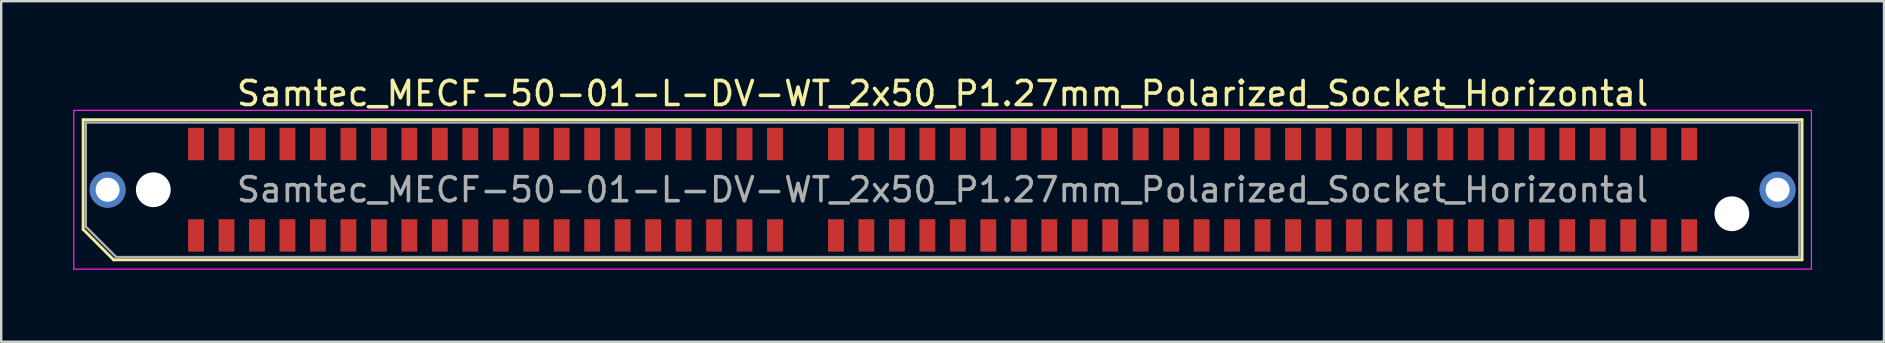
<source format=kicad_pcb>
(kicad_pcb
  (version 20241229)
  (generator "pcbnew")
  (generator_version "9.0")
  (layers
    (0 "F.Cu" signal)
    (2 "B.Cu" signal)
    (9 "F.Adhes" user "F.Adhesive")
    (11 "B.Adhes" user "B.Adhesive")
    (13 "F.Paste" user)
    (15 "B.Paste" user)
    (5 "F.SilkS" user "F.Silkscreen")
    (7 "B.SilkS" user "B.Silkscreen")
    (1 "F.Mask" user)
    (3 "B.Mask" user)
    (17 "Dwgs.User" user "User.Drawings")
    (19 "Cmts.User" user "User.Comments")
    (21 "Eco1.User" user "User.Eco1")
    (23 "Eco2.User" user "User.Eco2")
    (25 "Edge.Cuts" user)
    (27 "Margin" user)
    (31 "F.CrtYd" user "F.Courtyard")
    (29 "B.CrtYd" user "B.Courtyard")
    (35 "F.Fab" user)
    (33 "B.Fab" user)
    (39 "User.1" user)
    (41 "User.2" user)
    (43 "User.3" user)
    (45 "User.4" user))
  (footprint "Samtec_MECF-50-01-L-DV-WT_2x50_P1.27mm_Polarized_Socket_Horizontal"
    (layer "F.Cu")
    (at 36.235 4.858)
    (property "Reference" "Samtec_MECF-50-01-L-DV-WT_2x50_P1.27mm_Polarized_Socket_Horizontal" (at 0 -4.01 0) (layer "F.SilkS") (effects (font (size 1 1) (thickness 0.15))))
    (attr smd)
    (fp_line (start -35.82 -2.92) (end 35.82 -2.92) (stroke (width 0.12) (type solid)) (layer "F.SilkS"))
    (fp_line (start -35.82 1.65) (end -35.82 -2.92) (stroke (width 0.12) (type solid)) (layer "F.SilkS"))
    (fp_line (start -34.55 2.92) (end -35.82 1.65) (stroke (width 0.12) (type solid)) (layer "F.SilkS"))
    (fp_line (start -34.55 2.92) (end 35.82 2.92) (stroke (width 0.12) (type solid)) (layer "F.SilkS"))
    (fp_line (start 35.82 2.92) (end 35.82 -2.92) (stroke (width 0.12) (type solid)) (layer "F.SilkS"))
    (fp_line (start -36.21 -3.31) (end -36.21 3.31) (stroke (width 0.05) (type solid)) (layer "F.CrtYd"))
    (fp_line (start -36.21 3.31) (end 36.21 3.31) (stroke (width 0.05) (type solid)) (layer "F.CrtYd"))
    (fp_line (start 36.21 -3.31) (end -36.21 -3.31) (stroke (width 0.05) (type solid)) (layer "F.CrtYd"))
    (fp_line (start 36.21 3.31) (end 36.21 -3.31) (stroke (width 0.05) (type solid)) (layer "F.CrtYd"))
    (fp_line (start -35.71 -2.805) (end 35.71 -2.805) (stroke (width 0.1) (type solid)) (layer "F.Fab"))
    (fp_line (start -35.71 1.535) (end -35.71 -2.805) (stroke (width 0.1) (type solid)) (layer "F.Fab"))
    (fp_line (start -35.71 1.535) (end -34.44 2.805) (stroke (width 0.1) (type solid)) (layer "F.Fab"))
    (fp_line (start -34.44 2.805) (end 35.71 2.805) (stroke (width 0.1) (type solid)) (layer "F.Fab"))
    (fp_line (start 35.71 2.805) (end 35.71 -2.805) (stroke (width 0.1) (type solid)) (layer "F.Fab"))
    (fp_text user "${REFERENCE}" (at 0 0 0) (layer "F.Fab") (effects (font (size 1 1) (thickness 0.15))))
    (pad "" thru_hole circle (at -34.8 0) (size 1.5 1.5) (drill 1) (layers "*.Cu" "*.Mask"))
    (pad "" np_thru_hole circle (at -32.895 0) (size 1.45 1.45) (drill 1.45) (layers "*.Cu" "*.Mask"))
    (pad "" np_thru_hole circle (at 32.895 1) (size 1.45 1.45) (drill 1.45) (layers "*.Cu" "*.Mask"))
    (pad "" thru_hole circle (at 34.8 0) (size 1.5 1.5) (drill 1) (layers "*.Cu" "*.Mask"))
    (pad "1" smd rect (at -31.115 1.905) (size 0.66 1.35) (layers "F.Cu" "F.Mask" "F.Paste"))
    (pad "2" smd rect (at -31.115 -1.905) (size 0.66 1.35) (layers "F.Cu" "F.Mask" "F.Paste"))
    (pad "3" smd rect (at -29.845 1.905) (size 0.66 1.35) (layers "F.Cu" "F.Mask" "F.Paste"))
    (pad "4" smd rect (at -29.845 -1.905) (size 0.66 1.35) (layers "F.Cu" "F.Mask" "F.Paste"))
    (pad "5" smd rect (at -28.575 1.905) (size 0.66 1.35) (layers "F.Cu" "F.Mask" "F.Paste"))
    (pad "6" smd rect (at -28.575 -1.905) (size 0.66 1.35) (layers "F.Cu" "F.Mask" "F.Paste"))
    (pad "7" smd rect (at -27.305 1.905) (size 0.66 1.35) (layers "F.Cu" "F.Mask" "F.Paste"))
    (pad "8" smd rect (at -27.305 -1.905) (size 0.66 1.35) (layers "F.Cu" "F.Mask" "F.Paste"))
    (pad "9" smd rect (at -26.035 1.905) (size 0.66 1.35) (layers "F.Cu" "F.Mask" "F.Paste"))
    (pad "10" smd rect (at -26.035 -1.905) (size 0.66 1.35) (layers "F.Cu" "F.Mask" "F.Paste"))
    (pad "11" smd rect (at -24.765 1.905) (size 0.66 1.35) (layers "F.Cu" "F.Mask" "F.Paste"))
    (pad "12" smd rect (at -24.765 -1.905) (size 0.66 1.35) (layers "F.Cu" "F.Mask" "F.Paste"))
    (pad "13" smd rect (at -23.495 1.905) (size 0.66 1.35) (layers "F.Cu" "F.Mask" "F.Paste"))
    (pad "14" smd rect (at -23.495 -1.905) (size 0.66 1.35) (layers "F.Cu" "F.Mask" "F.Paste"))
    (pad "15" smd rect (at -22.225 1.905) (size 0.66 1.35) (layers "F.Cu" "F.Mask" "F.Paste"))
    (pad "16" smd rect (at -22.225 -1.905) (size 0.66 1.35) (layers "F.Cu" "F.Mask" "F.Paste"))
    (pad "17" smd rect (at -20.955 1.905) (size 0.66 1.35) (layers "F.Cu" "F.Mask" "F.Paste"))
    (pad "18" smd rect (at -20.955 -1.905) (size 0.66 1.35) (layers "F.Cu" "F.Mask" "F.Paste"))
    (pad "19" smd rect (at -19.685 1.905) (size 0.66 1.35) (layers "F.Cu" "F.Mask" "F.Paste"))
    (pad "20" smd rect (at -19.685 -1.905) (size 0.66 1.35) (layers "F.Cu" "F.Mask" "F.Paste"))
    (pad "21" smd rect (at -18.415 1.905) (size 0.66 1.35) (layers "F.Cu" "F.Mask" "F.Paste"))
    (pad "22" smd rect (at -18.415 -1.905) (size 0.66 1.35) (layers "F.Cu" "F.Mask" "F.Paste"))
    (pad "23" smd rect (at -17.145 1.905) (size 0.66 1.35) (layers "F.Cu" "F.Mask" "F.Paste"))
    (pad "24" smd rect (at -17.145 -1.905) (size 0.66 1.35) (layers "F.Cu" "F.Mask" "F.Paste"))
    (pad "25" smd rect (at -15.875 1.905) (size 0.66 1.35) (layers "F.Cu" "F.Mask" "F.Paste"))
    (pad "26" smd rect (at -15.875 -1.905) (size 0.66 1.35) (layers "F.Cu" "F.Mask" "F.Paste"))
    (pad "27" smd rect (at -14.605 1.905) (size 0.66 1.35) (layers "F.Cu" "F.Mask" "F.Paste"))
    (pad "28" smd rect (at -14.605 -1.905) (size 0.66 1.35) (layers "F.Cu" "F.Mask" "F.Paste"))
    (pad "29" smd rect (at -13.335 1.905) (size 0.66 1.35) (layers "F.Cu" "F.Mask" "F.Paste"))
    (pad "30" smd rect (at -13.335 -1.905) (size 0.66 1.35) (layers "F.Cu" "F.Mask" "F.Paste"))
    (pad "31" smd rect (at -12.065 1.905) (size 0.66 1.35) (layers "F.Cu" "F.Mask" "F.Paste"))
    (pad "32" smd rect (at -12.065 -1.905) (size 0.66 1.35) (layers "F.Cu" "F.Mask" "F.Paste"))
    (pad "33" smd rect (at -10.795 1.905) (size 0.66 1.35) (layers "F.Cu" "F.Mask" "F.Paste"))
    (pad "34" smd rect (at -10.795 -1.905) (size 0.66 1.35) (layers "F.Cu" "F.Mask" "F.Paste"))
    (pad "35" smd rect (at -9.525 1.905) (size 0.66 1.35) (layers "F.Cu" "F.Mask" "F.Paste"))
    (pad "36" smd rect (at -9.525 -1.905) (size 0.66 1.35) (layers "F.Cu" "F.Mask" "F.Paste"))
    (pad "37" smd rect (at -8.255 1.905) (size 0.66 1.35) (layers "F.Cu" "F.Mask" "F.Paste"))
    (pad "38" smd rect (at -8.255 -1.905) (size 0.66 1.35) (layers "F.Cu" "F.Mask" "F.Paste"))
    (pad "39" smd rect (at -6.985 1.905) (size 0.66 1.35) (layers "F.Cu" "F.Mask" "F.Paste"))
    (pad "40" smd rect (at -6.985 -1.905) (size 0.66 1.35) (layers "F.Cu" "F.Mask" "F.Paste"))
    (pad "43" smd rect (at -4.445 1.905) (size 0.66 1.35) (layers "F.Cu" "F.Mask" "F.Paste"))
    (pad "44" smd rect (at -4.445 -1.905) (size 0.66 1.35) (layers "F.Cu" "F.Mask" "F.Paste"))
    (pad "45" smd rect (at -3.175 1.905) (size 0.66 1.35) (layers "F.Cu" "F.Mask" "F.Paste"))
    (pad "46" smd rect (at -3.175 -1.905) (size 0.66 1.35) (layers "F.Cu" "F.Mask" "F.Paste"))
    (pad "47" smd rect (at -1.905 1.905) (size 0.66 1.35) (layers "F.Cu" "F.Mask" "F.Paste"))
    (pad "48" smd rect (at -1.905 -1.905) (size 0.66 1.35) (layers "F.Cu" "F.Mask" "F.Paste"))
    (pad "49" smd rect (at -0.635 1.905) (size 0.66 1.35) (layers "F.Cu" "F.Mask" "F.Paste"))
    (pad "50" smd rect (at -0.635 -1.905) (size 0.66 1.35) (layers "F.Cu" "F.Mask" "F.Paste"))
    (pad "51" smd rect (at 0.635 1.905) (size 0.66 1.35) (layers "F.Cu" "F.Mask" "F.Paste"))
    (pad "52" smd rect (at 0.635 -1.905) (size 0.66 1.35) (layers "F.Cu" "F.Mask" "F.Paste"))
    (pad "53" smd rect (at 1.905 1.905) (size 0.66 1.35) (layers "F.Cu" "F.Mask" "F.Paste"))
    (pad "54" smd rect (at 1.905 -1.905) (size 0.66 1.35) (layers "F.Cu" "F.Mask" "F.Paste"))
    (pad "55" smd rect (at 3.175 1.905) (size 0.66 1.35) (layers "F.Cu" "F.Mask" "F.Paste"))
    (pad "56" smd rect (at 3.175 -1.905) (size 0.66 1.35) (layers "F.Cu" "F.Mask" "F.Paste"))
    (pad "57" smd rect (at 4.445 1.905) (size 0.66 1.35) (layers "F.Cu" "F.Mask" "F.Paste"))
    (pad "58" smd rect (at 4.445 -1.905) (size 0.66 1.35) (layers "F.Cu" "F.Mask" "F.Paste"))
    (pad "59" smd rect (at 5.715 1.905) (size 0.66 1.35) (layers "F.Cu" "F.Mask" "F.Paste"))
    (pad "60" smd rect (at 5.715 -1.905) (size 0.66 1.35) (layers "F.Cu" "F.Mask" "F.Paste"))
    (pad "61" smd rect (at 6.985 1.905) (size 0.66 1.35) (layers "F.Cu" "F.Mask" "F.Paste"))
    (pad "62" smd rect (at 6.985 -1.905) (size 0.66 1.35) (layers "F.Cu" "F.Mask" "F.Paste"))
    (pad "63" smd rect (at 8.255 1.905) (size 0.66 1.35) (layers "F.Cu" "F.Mask" "F.Paste"))
    (pad "64" smd rect (at 8.255 -1.905) (size 0.66 1.35) (layers "F.Cu" "F.Mask" "F.Paste"))
    (pad "65" smd rect (at 9.525 1.905) (size 0.66 1.35) (layers "F.Cu" "F.Mask" "F.Paste"))
    (pad "66" smd rect (at 9.525 -1.905) (size 0.66 1.35) (layers "F.Cu" "F.Mask" "F.Paste"))
    (pad "67" smd rect (at 10.795 1.905) (size 0.66 1.35) (layers "F.Cu" "F.Mask" "F.Paste"))
    (pad "68" smd rect (at 10.795 -1.905) (size 0.66 1.35) (layers "F.Cu" "F.Mask" "F.Paste"))
    (pad "69" smd rect (at 12.065 1.905) (size 0.66 1.35) (layers "F.Cu" "F.Mask" "F.Paste"))
    (pad "70" smd rect (at 12.065 -1.905) (size 0.66 1.35) (layers "F.Cu" "F.Mask" "F.Paste"))
    (pad "71" smd rect (at 13.335 1.905) (size 0.66 1.35) (layers "F.Cu" "F.Mask" "F.Paste"))
    (pad "72" smd rect (at 13.335 -1.905) (size 0.66 1.35) (layers "F.Cu" "F.Mask" "F.Paste"))
    (pad "73" smd rect (at 14.605 1.905) (size 0.66 1.35) (layers "F.Cu" "F.Mask" "F.Paste"))
    (pad "74" smd rect (at 14.605 -1.905) (size 0.66 1.35) (layers "F.Cu" "F.Mask" "F.Paste"))
    (pad "75" smd rect (at 15.875 1.905) (size 0.66 1.35) (layers "F.Cu" "F.Mask" "F.Paste"))
    (pad "76" smd rect (at 15.875 -1.905) (size 0.66 1.35) (layers "F.Cu" "F.Mask" "F.Paste"))
    (pad "77" smd rect (at 17.145 1.905) (size 0.66 1.35) (layers "F.Cu" "F.Mask" "F.Paste"))
    (pad "78" smd rect (at 17.145 -1.905) (size 0.66 1.35) (layers "F.Cu" "F.Mask" "F.Paste"))
    (pad "79" smd rect (at 18.415 1.905) (size 0.66 1.35) (layers "F.Cu" "F.Mask" "F.Paste"))
    (pad "80" smd rect (at 18.415 -1.905) (size 0.66 1.35) (layers "F.Cu" "F.Mask" "F.Paste"))
    (pad "81" smd rect (at 19.685 1.905) (size 0.66 1.35) (layers "F.Cu" "F.Mask" "F.Paste"))
    (pad "82" smd rect (at 19.685 -1.905) (size 0.66 1.35) (layers "F.Cu" "F.Mask" "F.Paste"))
    (pad "83" smd rect (at 20.955 1.905) (size 0.66 1.35) (layers "F.Cu" "F.Mask" "F.Paste"))
    (pad "84" smd rect (at 20.955 -1.905) (size 0.66 1.35) (layers "F.Cu" "F.Mask" "F.Paste"))
    (pad "85" smd rect (at 22.225 1.905) (size 0.66 1.35) (layers "F.Cu" "F.Mask" "F.Paste"))
    (pad "86" smd rect (at 22.225 -1.905) (size 0.66 1.35) (layers "F.Cu" "F.Mask" "F.Paste"))
    (pad "87" smd rect (at 23.495 1.905) (size 0.66 1.35) (layers "F.Cu" "F.Mask" "F.Paste"))
    (pad "88" smd rect (at 23.495 -1.905) (size 0.66 1.35) (layers "F.Cu" "F.Mask" "F.Paste"))
    (pad "89" smd rect (at 24.765 1.905) (size 0.66 1.35) (layers "F.Cu" "F.Mask" "F.Paste"))
    (pad "90" smd rect (at 24.765 -1.905) (size 0.66 1.35) (layers "F.Cu" "F.Mask" "F.Paste"))
    (pad "91" smd rect (at 26.035 1.905) (size 0.66 1.35) (layers "F.Cu" "F.Mask" "F.Paste"))
    (pad "92" smd rect (at 26.035 -1.905) (size 0.66 1.35) (layers "F.Cu" "F.Mask" "F.Paste"))
    (pad "93" smd rect (at 27.305 1.905) (size 0.66 1.35) (layers "F.Cu" "F.Mask" "F.Paste"))
    (pad "94" smd rect (at 27.305 -1.905) (size 0.66 1.35) (layers "F.Cu" "F.Mask" "F.Paste"))
    (pad "95" smd rect (at 28.575 1.905) (size 0.66 1.35) (layers "F.Cu" "F.Mask" "F.Paste"))
    (pad "96" smd rect (at 28.575 -1.905) (size 0.66 1.35) (layers "F.Cu" "F.Mask" "F.Paste"))
    (pad "97" smd rect (at 29.845 1.905) (size 0.66 1.35) (layers "F.Cu" "F.Mask" "F.Paste"))
    (pad "98" smd rect (at 29.845 -1.905) (size 0.66 1.35) (layers "F.Cu" "F.Mask" "F.Paste"))
    (pad "99" smd rect (at 31.115 1.905) (size 0.66 1.35) (layers "F.Cu" "F.Mask" "F.Paste"))
    (pad "100" smd rect (at 31.115 -1.905) (size 0.66 1.35) (layers "F.Cu" "F.Mask" "F.Paste")))
  (gr_rect
    (start -3 -3)
    (end 75.47 11.193)
    (stroke (width 0.1) (type default))
    (fill no)
    (layer "Edge.Cuts")))
</source>
